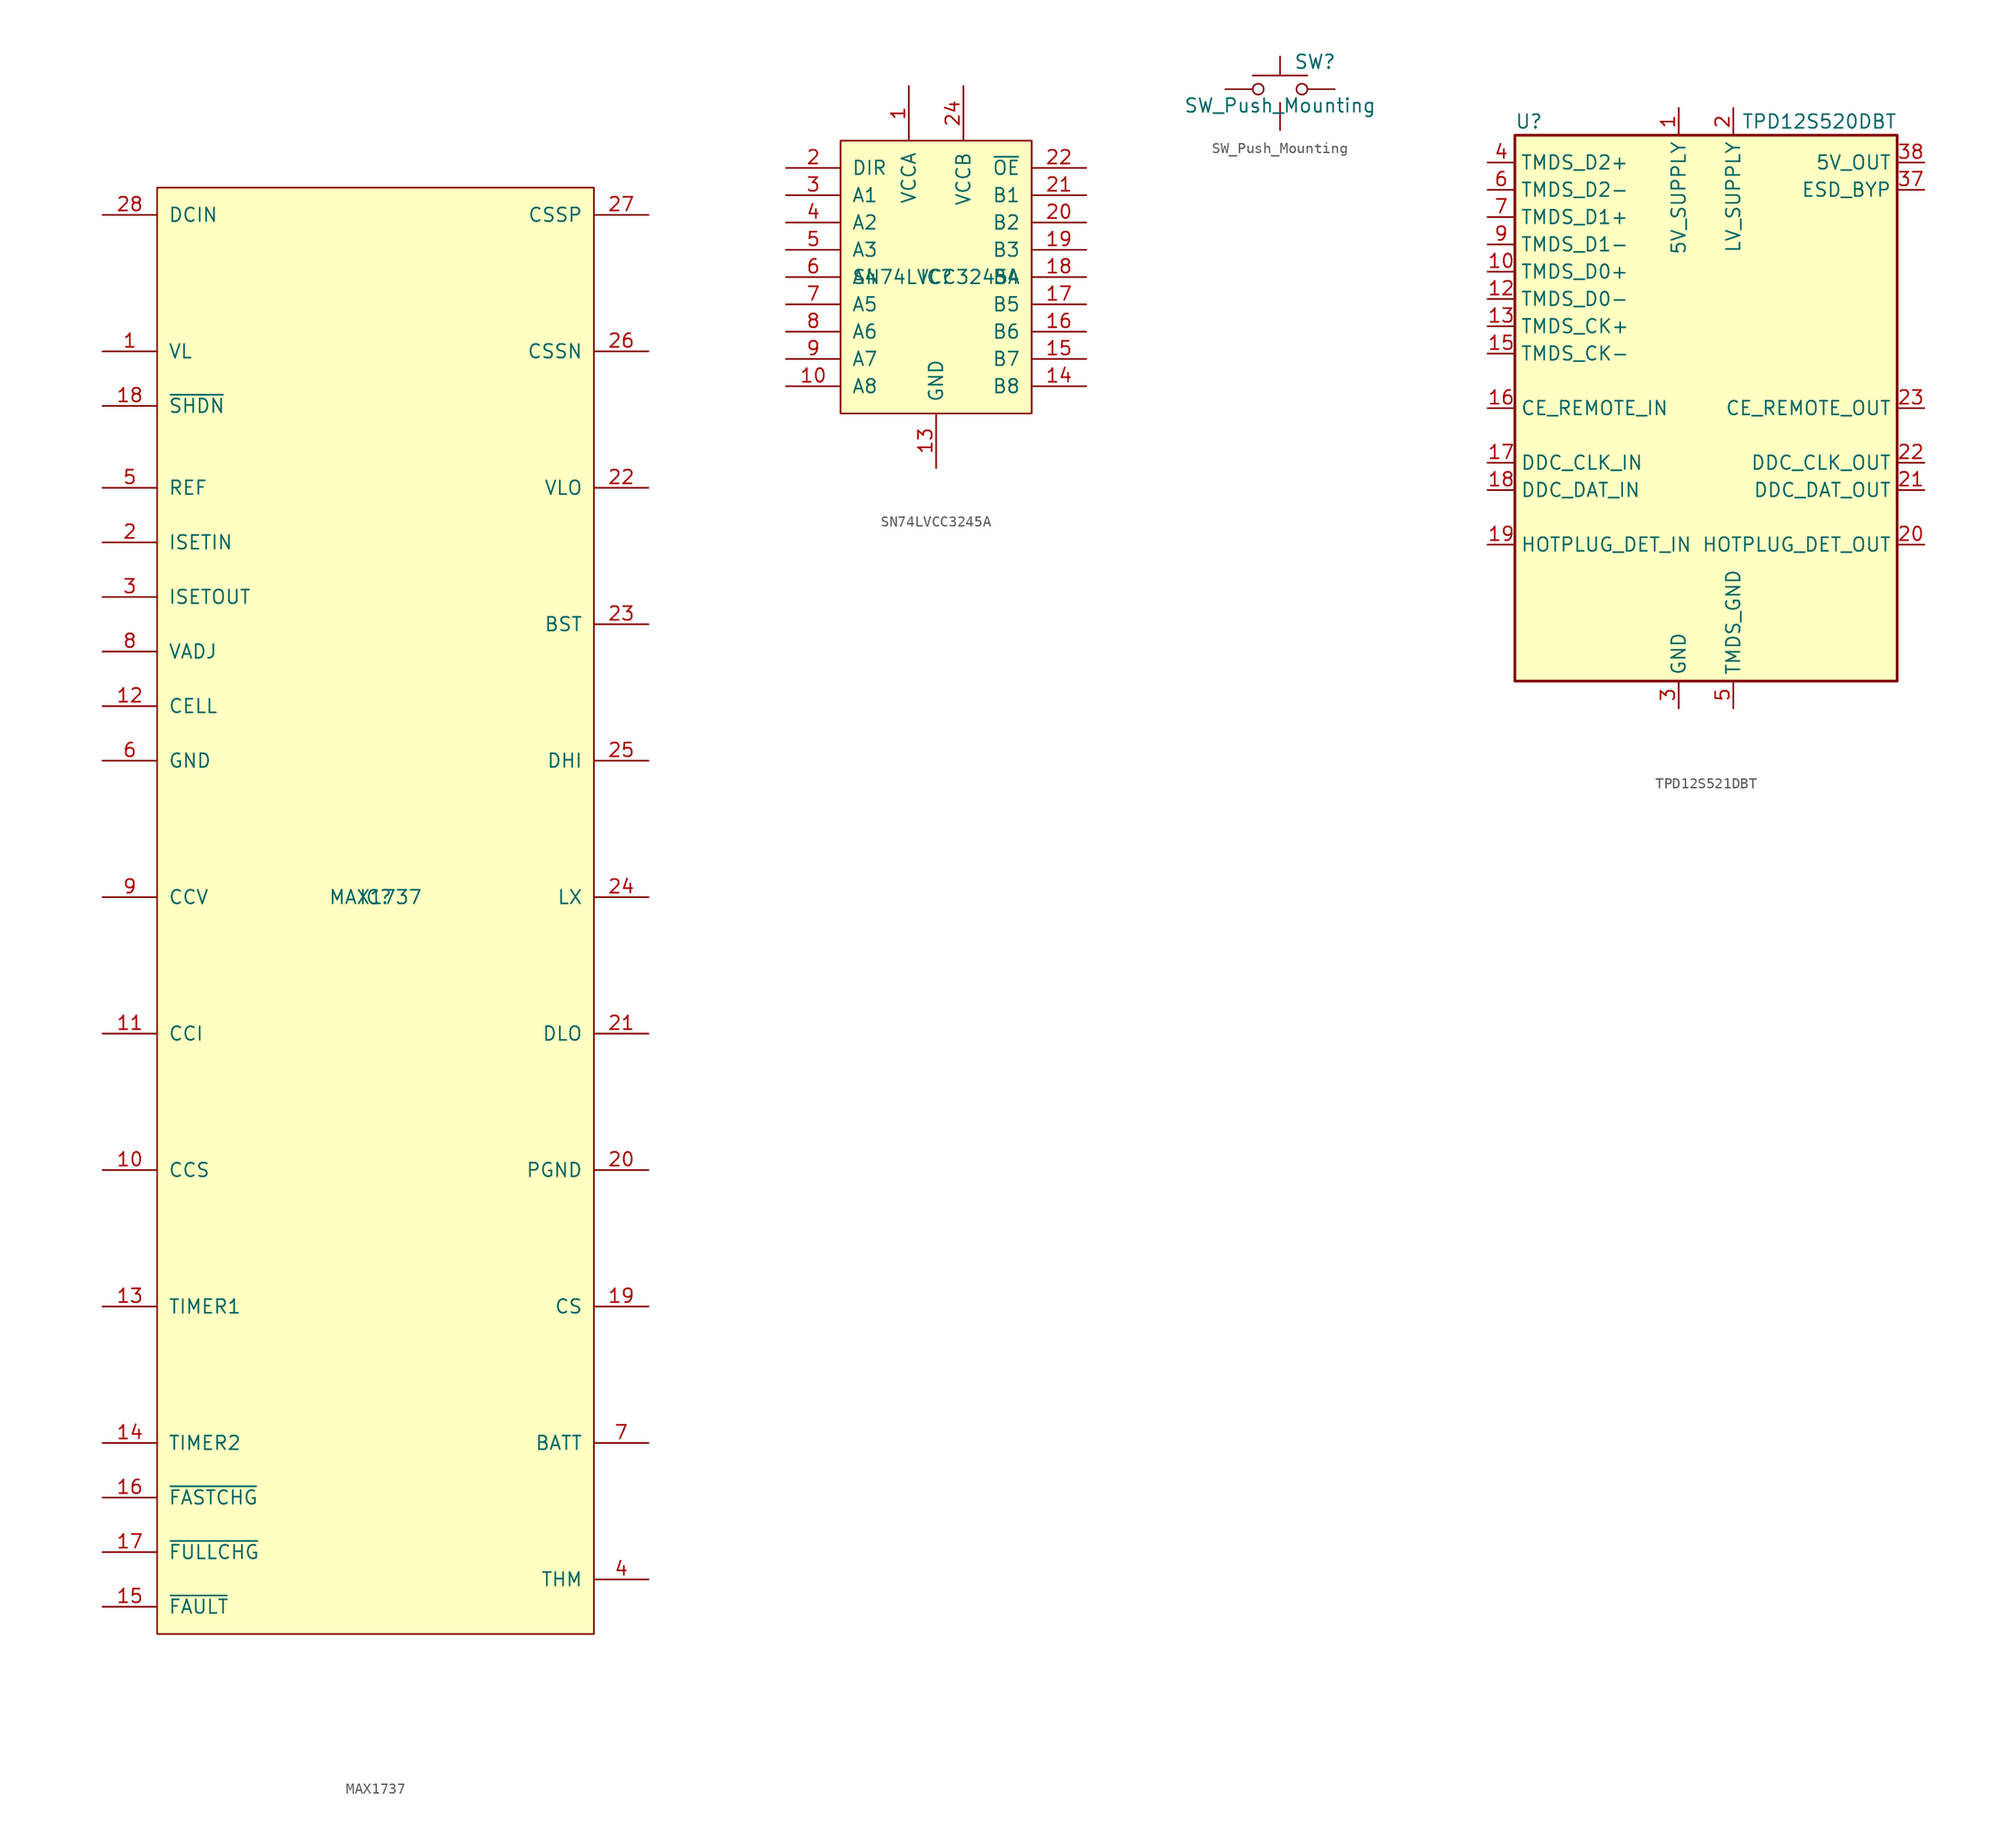
<source format=kicad_sym>
(kicad_symbol_lib
  (version 20220914)
  (generator kicad_symbol_editor)
  (symbol "MAX1737"
    (pin_names
      (offset 1.016))
    (property "Reference" "IC"
      (at 0 0 0)
      (effects (font (size 1.27 1.27))))
    (property "Value" "MAX1737"
      (at 0 0 0)
      (effects (font (size 1.27 1.27))))
    (symbol "MAX1737_0_1"
      (rectangle (start -20.32 66.04) (end 20.32 -68.58) (stroke (width 0) (type default)) (fill (type background))))
    (symbol "MAX1737_1_0"
      (pin power_out line (at -25.4 50.8 0) (length 5.08) (name "VL" (effects (font (size 1.27 1.27)))) (number "1" (effects (font (size 1.27 1.27)))))
      (pin passive line (at -25.4 -25.4 0) (length 5.08) (name "CCS" (effects (font (size 1.27 1.27)))) (number "10" (effects (font (size 1.27 1.27)))))
      (pin passive line (at -25.4 -12.7 0) (length 5.08) (name "CCI" (effects (font (size 1.27 1.27)))) (number "11" (effects (font (size 1.27 1.27)))))
      (pin input line (at -25.4 17.78 0) (length 5.08) (name "CELL" (effects (font (size 1.27 1.27)))) (number "12" (effects (font (size 1.27 1.27)))))
      (pin passive line (at -25.4 -38.1 0) (length 5.08) (name "TIMER1" (effects (font (size 1.27 1.27)))) (number "13" (effects (font (size 1.27 1.27)))))
      (pin passive line (at -25.4 -50.8 0) (length 5.08) (name "TIMER2" (effects (font (size 1.27 1.27)))) (number "14" (effects (font (size 1.27 1.27)))))
      (pin open_collector line (at -25.4 -66.04 0) (length 5.08) (name "~{FAULT}" (effects (font (size 1.27 1.27)))) (number "15" (effects (font (size 1.27 1.27)))))
      (pin open_collector line (at -25.4 -55.88 0) (length 5.08) (name "~{FASTCHG}" (effects (font (size 1.27 1.27)))) (number "16" (effects (font (size 1.27 1.27)))))
      (pin open_collector line (at -25.4 -60.96 0) (length 5.08) (name "~{FULLCHG}" (effects (font (size 1.27 1.27)))) (number "17" (effects (font (size 1.27 1.27)))))
      (pin input line (at -25.4 45.72 0) (length 5.08) (name "~{SHDN}" (effects (font (size 1.27 1.27)))) (number "18" (effects (font (size 1.27 1.27)))))
      (pin input line (at 25.4 -38.1 180) (length 5.08) (name "CS" (effects (font (size 1.27 1.27)))) (number "19" (effects (font (size 1.27 1.27)))))
      (pin input line (at -25.4 33.02 0) (length 5.08) (name "ISETIN" (effects (font (size 1.27 1.27)))) (number "2" (effects (font (size 1.27 1.27)))))
      (pin power_in line (at 25.4 -25.4 180) (length 5.08) (name "PGND" (effects (font (size 1.27 1.27)))) (number "20" (effects (font (size 1.27 1.27)))))
      (pin output line (at 25.4 -12.7 180) (length 5.08) (name "DLO" (effects (font (size 1.27 1.27)))) (number "21" (effects (font (size 1.27 1.27)))))
      (pin passive line (at 25.4 38.1 180) (length 5.08) (name "VLO" (effects (font (size 1.27 1.27)))) (number "22" (effects (font (size 1.27 1.27)))))
      (pin passive line (at 25.4 25.4 180) (length 5.08) (name "BST" (effects (font (size 1.27 1.27)))) (number "23" (effects (font (size 1.27 1.27)))))
      (pin output line (at 25.4 0 180) (length 5.08) (name "LX" (effects (font (size 1.27 1.27)))) (number "24" (effects (font (size 1.27 1.27)))))
      (pin output line (at 25.4 12.7 180) (length 5.08) (name "DHI" (effects (font (size 1.27 1.27)))) (number "25" (effects (font (size 1.27 1.27)))))
      (pin input line (at 25.4 50.8 180) (length 5.08) (name "CSSN" (effects (font (size 1.27 1.27)))) (number "26" (effects (font (size 1.27 1.27)))))
      (pin input line (at 25.4 63.5 180) (length 5.08) (name "CSSP" (effects (font (size 1.27 1.27)))) (number "27" (effects (font (size 1.27 1.27)))))
      (pin power_in line (at -25.4 63.5 0) (length 5.08) (name "DCIN" (effects (font (size 1.27 1.27)))) (number "28" (effects (font (size 1.27 1.27)))))
      (pin input line (at -25.4 27.94 0) (length 5.08) (name "ISETOUT" (effects (font (size 1.27 1.27)))) (number "3" (effects (font (size 1.27 1.27)))))
      (pin input line (at 25.4 -63.5 180) (length 5.08) (name "THM" (effects (font (size 1.27 1.27)))) (number "4" (effects (font (size 1.27 1.27)))))
      (pin power_out line (at -25.4 38.1 0) (length 5.08) (name "REF" (effects (font (size 1.27 1.27)))) (number "5" (effects (font (size 1.27 1.27)))))
      (pin power_in line (at -25.4 12.7 0) (length 5.08) (name "GND" (effects (font (size 1.27 1.27)))) (number "6" (effects (font (size 1.27 1.27)))))
      (pin input line (at 25.4 -50.8 180) (length 5.08) (name "BATT" (effects (font (size 1.27 1.27)))) (number "7" (effects (font (size 1.27 1.27)))))
      (pin passive line (at -25.4 22.86 0) (length 5.08) (name "VADJ" (effects (font (size 1.27 1.27)))) (number "8" (effects (font (size 1.27 1.27)))))
      (pin passive line (at -25.4 0 0) (length 5.08) (name "CCV" (effects (font (size 1.27 1.27)))) (number "9" (effects (font (size 1.27 1.27)))))))
  (symbol "SN74LVCC3245A"
    (pin_names
      (offset 1.016))
    (property "Reference" "IC"
      (at 0 0 0)
      (effects (font (size 1.27 1.27))))
    (property "Value" "SN74LVCC3245A"
      (at 0 0 0)
      (effects (font (size 1.27 1.27))))
    (symbol "SN74LVCC3245A_0_1"
      (rectangle (start -8.89 12.7) (end 8.89 -12.7) (stroke (width 0) (type default)) (fill (type background))))
    (symbol "SN74LVCC3245A_1_0"
      (pin power_in line (at -2.54 17.78 270) (length 5.08) (name "VCCA" (effects (font (size 1.27 1.27)))) (number "1" (effects (font (size 1.27 1.27)))))
      (pin tri_state line (at -13.97 -10.16 0) (length 5.08) (name "A8" (effects (font (size 1.27 1.27)))) (number "10" (effects (font (size 1.27 1.27)))))
      (pin power_in line (at 0 -17.78 90) (length 5.08) hide (name "GND" (effects (font (size 1.27 1.27)))) (number "11" (effects (font (size 1.27 1.27)))))
      (pin power_in line (at 0 -17.78 90) (length 5.08) hide (name "GND" (effects (font (size 1.27 1.27)))) (number "12" (effects (font (size 1.27 1.27)))))
      (pin power_in line (at 0 -17.78 90) (length 5.08) (name "GND" (effects (font (size 1.27 1.27)))) (number "13" (effects (font (size 1.27 1.27)))))
      (pin tri_state line (at 13.97 -10.16 180) (length 5.08) (name "B8" (effects (font (size 1.27 1.27)))) (number "14" (effects (font (size 1.27 1.27)))))
      (pin tri_state line (at 13.97 -7.62 180) (length 5.08) (name "B7" (effects (font (size 1.27 1.27)))) (number "15" (effects (font (size 1.27 1.27)))))
      (pin tri_state line (at 13.97 -5.08 180) (length 5.08) (name "B6" (effects (font (size 1.27 1.27)))) (number "16" (effects (font (size 1.27 1.27)))))
      (pin tri_state line (at 13.97 -2.54 180) (length 5.08) (name "B5" (effects (font (size 1.27 1.27)))) (number "17" (effects (font (size 1.27 1.27)))))
      (pin tri_state line (at 13.97 0 180) (length 5.08) (name "B4" (effects (font (size 1.27 1.27)))) (number "18" (effects (font (size 1.27 1.27)))))
      (pin tri_state line (at 13.97 2.54 180) (length 5.08) (name "B3" (effects (font (size 1.27 1.27)))) (number "19" (effects (font (size 1.27 1.27)))))
      (pin input line (at -13.97 10.16 0) (length 5.08) (name "DIR" (effects (font (size 1.27 1.27)))) (number "2" (effects (font (size 1.27 1.27)))))
      (pin tri_state line (at 13.97 5.08 180) (length 5.08) (name "B2" (effects (font (size 1.27 1.27)))) (number "20" (effects (font (size 1.27 1.27)))))
      (pin tri_state line (at 13.97 7.62 180) (length 5.08) (name "B1" (effects (font (size 1.27 1.27)))) (number "21" (effects (font (size 1.27 1.27)))))
      (pin input line (at 13.97 10.16 180) (length 5.08) (name "~{OE}" (effects (font (size 1.27 1.27)))) (number "22" (effects (font (size 1.27 1.27)))))
      (pin no_connect line (at 13.97 12.7 180) (length 5.08) hide (name "NC" (effects (font (size 1.27 1.27)))) (number "23" (effects (font (size 1.27 1.27)))))
      (pin power_in line (at 2.54 17.78 270) (length 5.08) (name "VCCB" (effects (font (size 1.27 1.27)))) (number "24" (effects (font (size 1.27 1.27)))))
      (pin tri_state line (at -13.97 7.62 0) (length 5.08) (name "A1" (effects (font (size 1.27 1.27)))) (number "3" (effects (font (size 1.27 1.27)))))
      (pin tri_state line (at -13.97 5.08 0) (length 5.08) (name "A2" (effects (font (size 1.27 1.27)))) (number "4" (effects (font (size 1.27 1.27)))))
      (pin tri_state line (at -13.97 2.54 0) (length 5.08) (name "A3" (effects (font (size 1.27 1.27)))) (number "5" (effects (font (size 1.27 1.27)))))
      (pin tri_state line (at -13.97 0 0) (length 5.08) (name "A4" (effects (font (size 1.27 1.27)))) (number "6" (effects (font (size 1.27 1.27)))))
      (pin tri_state line (at -13.97 -2.54 0) (length 5.08) (name "A5" (effects (font (size 1.27 1.27)))) (number "7" (effects (font (size 1.27 1.27)))))
      (pin tri_state line (at -13.97 -5.08 0) (length 5.08) (name "A6" (effects (font (size 1.27 1.27)))) (number "8" (effects (font (size 1.27 1.27)))))
      (pin tri_state line (at -13.97 -7.62 0) (length 5.08) (name "A7" (effects (font (size 1.27 1.27)))) (number "9" (effects (font (size 1.27 1.27)))))))
  (symbol "SW_Push_Mounting"
    (pin_numbers hide)
    (pin_names
      (offset 1.016) hide)
    (property "Reference" "SW"
      (at 1.27 2.54 0)
      (effects (font (size 1.27 1.27)) (justify left)))
    (property "Value" "SW_Push_Mounting"
      (at 0 -1.524 0)
      (effects (font (size 1.27 1.27))))
    (symbol "SW_Push_Mounting_0_1"
      (circle (center -2.032 0) (radius 0.508) (stroke (width 0) (type default)) (fill (type none)))
      (polyline (pts (xy 0 1.27) (xy 0 3.048)) (stroke (width 0) (type default)) (fill (type none)))
      (polyline (pts (xy 2.54 1.27) (xy -2.54 1.27)) (stroke (width 0) (type default)) (fill (type none)))
      (circle (center 2.032 0) (radius 0.508) (stroke (width 0) (type default)) (fill (type none)))
      (pin passive line (at -5.08 0 0) (length 2.54) (name "1" (effects (font (size 1.27 1.27)))) (number "1" (effects (font (size 1.27 1.27)))))
      (pin passive line (at 5.08 0 180) (length 2.54) (name "2" (effects (font (size 1.27 1.27)))) (number "2" (effects (font (size 1.27 1.27))))))
    (symbol "SW_Push_Mounting_1_1"
      (pin free line (at 0 -3.81 90) (length 2.54) (name "M" (effects (font (size 1.27 1.27)))) (number "M" (effects (font (size 1.27 1.27)))))))
  (symbol "TPD12S521DBT"
    (property "Reference" "U"
      (at -17.78 26.67 0)
      (effects (font (size 1.27 1.27)) (justify left)))
    (property "Value" "TPD12S520DBT"
      (at 17.78 26.67 0)
      (effects (font (size 1.27 1.27)) (justify right)))
    (symbol "TPD12S521DBT_0_1"
      (rectangle (start -17.78 25.4) (end 17.78 -25.4) (stroke (width 0.254) (type default)) (fill (type background))))
    (symbol "TPD12S521DBT_1_1"
      (pin power_in line (at -2.54 27.94 270) (length 2.54) (name "5V_SUPPLY" (effects (font (size 1.27 1.27)))) (number "1" (effects (font (size 1.27 1.27)))))
      (pin passive line (at -20.32 12.7 0) (length 2.54) (name "TMDS_D0+" (effects (font (size 1.27 1.27)))) (number "10" (effects (font (size 1.27 1.27)))))
      (pin passive line (at 2.54 -27.94 90) (length 2.54) hide (name "TMDS_GND" (effects (font (size 1.27 1.27)))) (number "11" (effects (font (size 1.27 1.27)))))
      (pin passive line (at -20.32 10.16 0) (length 2.54) (name "TMDS_D0-" (effects (font (size 1.27 1.27)))) (number "12" (effects (font (size 1.27 1.27)))))
      (pin passive line (at -20.32 7.62 0) (length 2.54) (name "TMDS_CK+" (effects (font (size 1.27 1.27)))) (number "13" (effects (font (size 1.27 1.27)))))
      (pin passive line (at 2.54 -27.94 90) (length 2.54) hide (name "TMDS_GND" (effects (font (size 1.27 1.27)))) (number "14" (effects (font (size 1.27 1.27)))))
      (pin passive line (at -20.32 5.08 0) (length 2.54) (name "TMDS_CK-" (effects (font (size 1.27 1.27)))) (number "15" (effects (font (size 1.27 1.27)))))
      (pin bidirectional line (at -20.32 0 0) (length 2.54) (name "CE_REMOTE_IN" (effects (font (size 1.27 1.27)))) (number "16" (effects (font (size 1.27 1.27)))))
      (pin bidirectional line (at -20.32 -5.08 0) (length 2.54) (name "DDC_CLK_IN" (effects (font (size 1.27 1.27)))) (number "17" (effects (font (size 1.27 1.27)))))
      (pin bidirectional line (at -20.32 -7.62 0) (length 2.54) (name "DDC_DAT_IN" (effects (font (size 1.27 1.27)))) (number "18" (effects (font (size 1.27 1.27)))))
      (pin bidirectional line (at -20.32 -12.7 0) (length 2.54) (name "HOTPLUG_DET_IN" (effects (font (size 1.27 1.27)))) (number "19" (effects (font (size 1.27 1.27)))))
      (pin power_in line (at 2.54 27.94 270) (length 2.54) (name "LV_SUPPLY" (effects (font (size 1.27 1.27)))) (number "2" (effects (font (size 1.27 1.27)))))
      (pin bidirectional line (at 20.32 -12.7 180) (length 2.54) (name "HOTPLUG_DET_OUT" (effects (font (size 1.27 1.27)))) (number "20" (effects (font (size 1.27 1.27)))))
      (pin bidirectional line (at 20.32 -7.62 180) (length 2.54) (name "DDC_DAT_OUT" (effects (font (size 1.27 1.27)))) (number "21" (effects (font (size 1.27 1.27)))))
      (pin bidirectional line (at 20.32 -5.08 180) (length 2.54) (name "DDC_CLK_OUT" (effects (font (size 1.27 1.27)))) (number "22" (effects (font (size 1.27 1.27)))))
      (pin bidirectional line (at 20.32 0 180) (length 2.54) (name "CE_REMOTE_OUT" (effects (font (size 1.27 1.27)))) (number "23" (effects (font (size 1.27 1.27)))))
      (pin passive line (at -20.32 5.08 0) (length 2.54) hide (name "TMDS_CK-" (effects (font (size 1.27 1.27)))) (number "24" (effects (font (size 1.27 1.27)))))
      (pin passive line (at 2.54 -27.94 90) (length 2.54) hide (name "TMDS_GND" (effects (font (size 1.27 1.27)))) (number "25" (effects (font (size 1.27 1.27)))))
      (pin passive line (at -20.32 7.62 0) (length 2.54) hide (name "TMDS_CK+" (effects (font (size 1.27 1.27)))) (number "26" (effects (font (size 1.27 1.27)))))
      (pin passive line (at -20.32 10.16 0) (length 2.54) hide (name "TMDS_D0-" (effects (font (size 1.27 1.27)))) (number "27" (effects (font (size 1.27 1.27)))))
      (pin passive line (at 2.54 -27.94 90) (length 2.54) hide (name "TMDS_GND" (effects (font (size 1.27 1.27)))) (number "28" (effects (font (size 1.27 1.27)))))
      (pin passive line (at -20.32 12.7 0) (length 2.54) hide (name "TMDS_D0+" (effects (font (size 1.27 1.27)))) (number "29" (effects (font (size 1.27 1.27)))))
      (pin power_in line (at -2.54 -27.94 90) (length 2.54) (name "GND" (effects (font (size 1.27 1.27)))) (number "3" (effects (font (size 1.27 1.27)))))
      (pin passive line (at -20.32 15.24 0) (length 2.54) hide (name "TMDS_D1-" (effects (font (size 1.27 1.27)))) (number "30" (effects (font (size 1.27 1.27)))))
      (pin passive line (at 2.54 -27.94 90) (length 2.54) hide (name "TMDS_GND" (effects (font (size 1.27 1.27)))) (number "31" (effects (font (size 1.27 1.27)))))
      (pin passive line (at -20.32 17.78 0) (length 2.54) hide (name "TMDS_D1+" (effects (font (size 1.27 1.27)))) (number "32" (effects (font (size 1.27 1.27)))))
      (pin passive line (at -20.32 20.32 0) (length 2.54) hide (name "TMDS_D2-" (effects (font (size 1.27 1.27)))) (number "33" (effects (font (size 1.27 1.27)))))
      (pin passive line (at 2.54 -27.94 90) (length 2.54) hide (name "TMDS_GND" (effects (font (size 1.27 1.27)))) (number "34" (effects (font (size 1.27 1.27)))))
      (pin passive line (at -20.32 22.86 0) (length 2.54) hide (name "TMDS_D2+" (effects (font (size 1.27 1.27)))) (number "35" (effects (font (size 1.27 1.27)))))
      (pin passive line (at -2.54 -27.94 90) (length 2.54) hide (name "GND" (effects (font (size 1.27 1.27)))) (number "36" (effects (font (size 1.27 1.27)))))
      (pin passive line (at 20.32 20.32 180) (length 2.54) (name "ESD_BYP" (effects (font (size 1.27 1.27)))) (number "37" (effects (font (size 1.27 1.27)))))
      (pin power_out line (at 20.32 22.86 180) (length 2.54) (name "5V_OUT" (effects (font (size 1.27 1.27)))) (number "38" (effects (font (size 1.27 1.27)))))
      (pin passive line (at -20.32 22.86 0) (length 2.54) (name "TMDS_D2+" (effects (font (size 1.27 1.27)))) (number "4" (effects (font (size 1.27 1.27)))))
      (pin passive line (at 2.54 -27.94 90) (length 2.54) (name "TMDS_GND" (effects (font (size 1.27 1.27)))) (number "5" (effects (font (size 1.27 1.27)))))
      (pin passive line (at -20.32 20.32 0) (length 2.54) (name "TMDS_D2-" (effects (font (size 1.27 1.27)))) (number "6" (effects (font (size 1.27 1.27)))))
      (pin passive line (at -20.32 17.78 0) (length 2.54) (name "TMDS_D1+" (effects (font (size 1.27 1.27)))) (number "7" (effects (font (size 1.27 1.27)))))
      (pin passive line (at 2.54 -27.94 90) (length 2.54) hide (name "TMDS_GND" (effects (font (size 1.27 1.27)))) (number "8" (effects (font (size 1.27 1.27)))))
      (pin passive line (at -20.32 15.24 0) (length 2.54) (name "TMDS_D1-" (effects (font (size 1.27 1.27)))) (number "9" (effects (font (size 1.27 1.27))))))))
</source>
